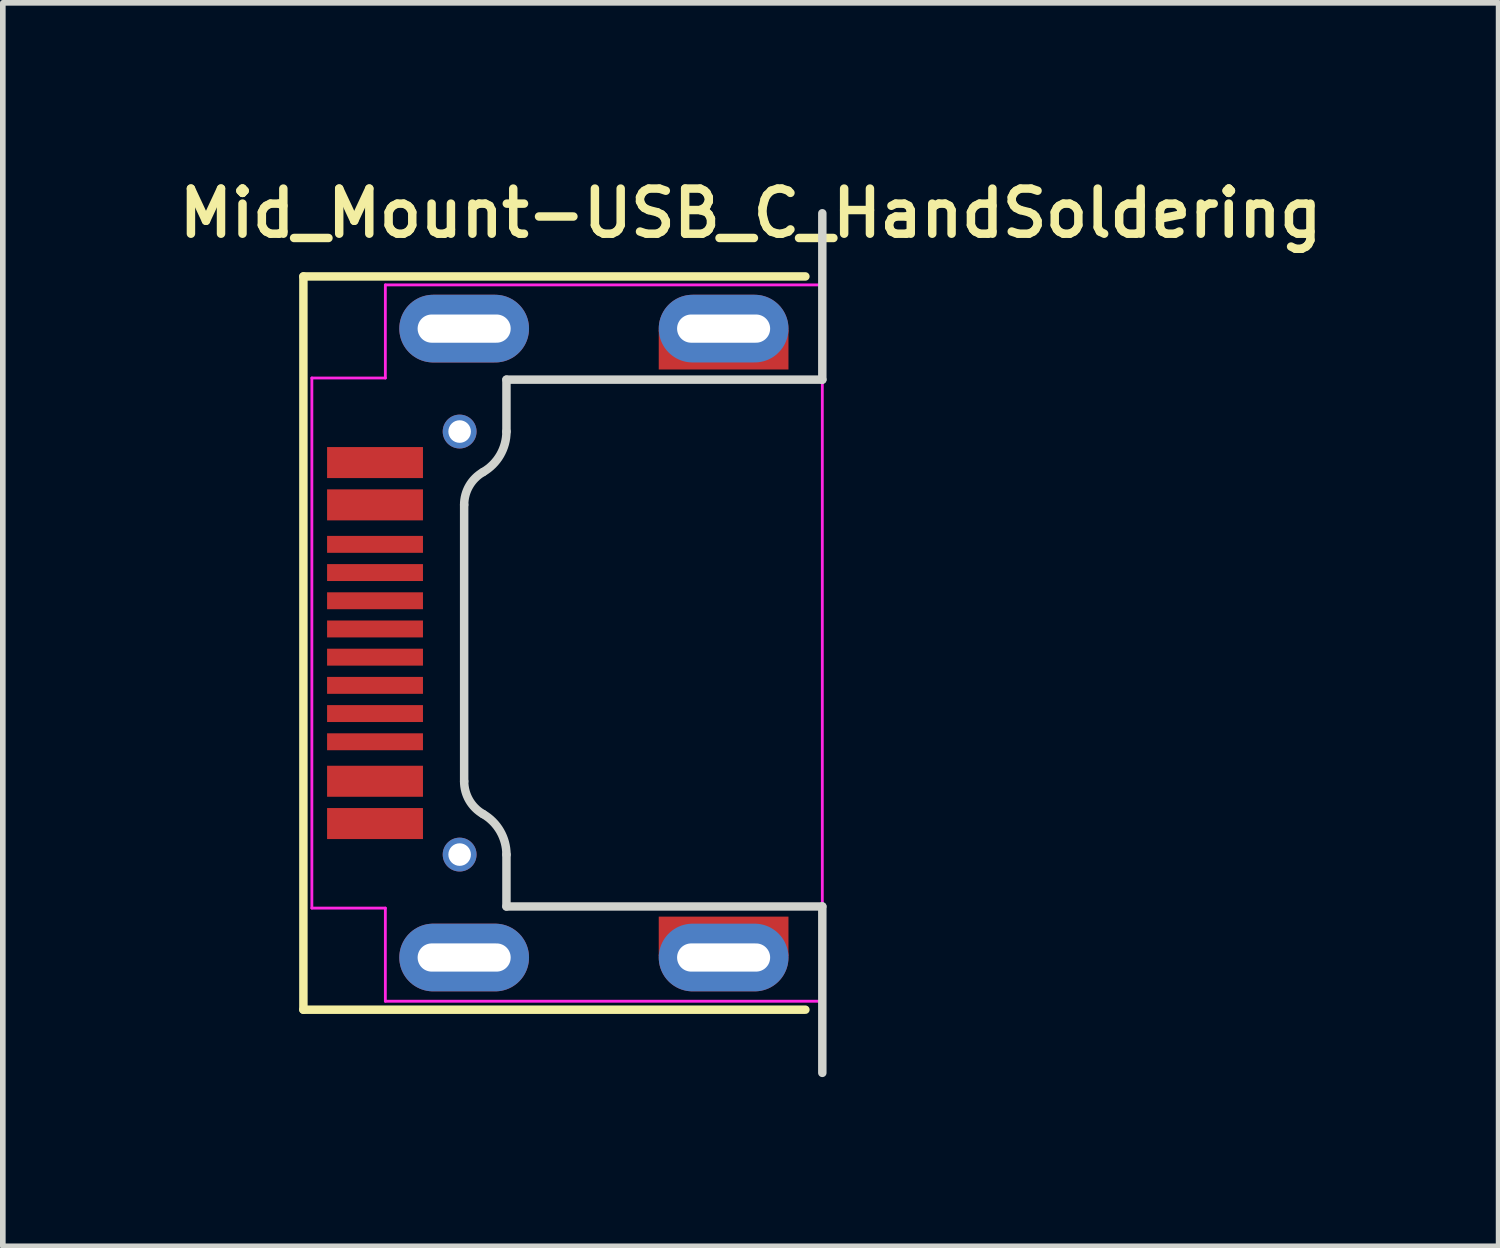
<source format=kicad_pcb>
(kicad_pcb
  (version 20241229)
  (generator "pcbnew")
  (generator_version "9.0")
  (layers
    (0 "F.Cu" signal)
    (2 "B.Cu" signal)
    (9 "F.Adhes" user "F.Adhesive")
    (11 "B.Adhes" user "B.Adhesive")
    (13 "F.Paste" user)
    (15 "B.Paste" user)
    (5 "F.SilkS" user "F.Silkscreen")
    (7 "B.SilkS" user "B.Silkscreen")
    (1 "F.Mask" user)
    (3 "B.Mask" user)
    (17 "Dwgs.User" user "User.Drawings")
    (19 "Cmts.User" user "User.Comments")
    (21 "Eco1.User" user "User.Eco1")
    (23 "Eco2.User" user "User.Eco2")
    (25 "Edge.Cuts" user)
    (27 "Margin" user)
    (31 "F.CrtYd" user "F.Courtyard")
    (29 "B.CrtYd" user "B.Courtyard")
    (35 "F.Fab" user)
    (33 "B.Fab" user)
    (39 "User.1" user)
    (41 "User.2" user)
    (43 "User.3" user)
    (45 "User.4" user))
  (footprint "Mid_Mount-USB_C_HandSoldering"
    (layer "F.Cu")
    (at 11.529 8.351)
    (property "Reference" "Mid_Mount-USB_C_HandSoldering" (at -1.27 -7.62 0) (layer "F.SilkS") (effects (font (size 0.8 0.8) (thickness 0.15))))
    (attr through_hole)
    (fp_line (start -9.2 -6.5) (end -9.2 6.5) (stroke (width 0.15) (type solid)) (layer "F.SilkS"))
    (fp_line (start -9.2 6.5) (end -0.3 6.5) (stroke (width 0.15) (type solid)) (layer "F.SilkS"))
    (fp_line (start -0.3 -6.5) (end -9.2 -6.5) (stroke (width 0.15) (type solid)) (layer "F.SilkS"))
    (fp_line (start -6.35 2.451) (end -6.35 -2.451) (stroke (width 0.15) (type solid)) (layer "Edge.Cuts"))
    (fp_line (start -5.6 -4.67) (end -5.6 -3.75) (stroke (width 0.15) (type solid)) (layer "Edge.Cuts"))
    (fp_line (start -5.6 -4.67) (end 0 -4.67) (stroke (width 0.15) (type solid)) (layer "Edge.Cuts"))
    (fp_line (start -5.6 4.67) (end -5.6 3.75) (stroke (width 0.15) (type solid)) (layer "Edge.Cuts"))
    (fp_line (start 0 -4.67) (end 0 -7.62) (stroke (width 0.15) (type solid)) (layer "Edge.Cuts"))
    (fp_line (start 0 4.67) (end -5.6 4.67) (stroke (width 0.15) (type solid)) (layer "Edge.Cuts"))
    (fp_line (start 0 7.62) (end 0 4.67) (stroke (width 0.15) (type solid)) (layer "Edge.Cuts"))
    (fp_arc (start -6.35 -2.450962) (mid -6.260237 -2.785962) (end -6.015 -3.031199) (stroke (width 0.15) (type solid)) (layer "Edge.Cuts"))
    (fp_arc (start -6.015 3.031199) (mid -6.260237 2.785962) (end -6.35 2.450962) (stroke (width 0.15) (type solid)) (layer "Edge.Cuts"))
    (fp_arc (start -6.015 3.031199) (mid -5.711199 3.335) (end -5.6 3.75) (stroke (width 0.15) (type solid)) (layer "Edge.Cuts"))
    (fp_arc (start -5.6 -3.75) (mid -5.711199 -3.335) (end -6.015 -3.031199) (stroke (width 0.15) (type solid)) (layer "Edge.Cuts"))
    (fp_line (start -9.05 -4.7) (end -9.05 4.698) (stroke (width 0.05) (type solid)) (layer "F.CrtYd"))
    (fp_line (start -9.05 4.699) (end -7.747 4.699) (stroke (width 0.05) (type solid)) (layer "F.CrtYd"))
    (fp_line (start -7.747 -6.35) (end -7.747 -4.699) (stroke (width 0.05) (type solid)) (layer "F.CrtYd"))
    (fp_line (start -7.747 -4.699) (end -9.05 -4.699) (stroke (width 0.05) (type solid)) (layer "F.CrtYd"))
    (fp_line (start -7.747 6.35) (end -7.747 4.699) (stroke (width 0.05) (type solid)) (layer "F.CrtYd"))
    (fp_line (start 0 -6.35) (end -7.747 -6.35) (stroke (width 0.05) (type solid)) (layer "F.CrtYd"))
    (fp_line (start 0 6.35) (end -7.747 6.35) (stroke (width 0.05) (type solid)) (layer "F.CrtYd"))
    (fp_line (start 0 6.35) (end 0 -6.35) (stroke (width 0.05) (type solid)) (layer "F.CrtYd"))
    (pad "" np_thru_hole circle (at -6.43 -3.75 90) (size 0.6 0.6) (drill 0.4) (layers "*.Cu" "*.Mask"))
    (pad "" np_thru_hole circle (at -6.43 3.75 90) (size 0.6 0.6) (drill 0.4) (layers "*.Cu" "*.Mask"))
    (pad "A1B12" smd rect (at -7.93 3.2 90) (size 0.55 1.7) (layers "F.Cu" "F.Mask" "F.Paste"))
    (pad "A4B9" smd rect (at -7.93 2.45 90) (size 0.55 1.7) (layers "F.Cu" "F.Mask" "F.Paste"))
    (pad "A5" smd rect (at -7.93 1.25 90) (size 0.3 1.7) (layers "F.Cu" "F.Mask" "F.Paste"))
    (pad "A6" smd rect (at -7.93 0.25 90) (size 0.3 1.7) (layers "F.Cu" "F.Mask" "F.Paste"))
    (pad "A7" smd rect (at -7.93 -0.25 90) (size 0.3 1.7) (layers "F.Cu" "F.Mask" "F.Paste"))
    (pad "A8" smd rect (at -7.93 -1.25 90) (size 0.3 1.7) (layers "F.Cu" "F.Mask" "F.Paste"))
    (pad "B1A12" smd rect (at -7.93 -3.2 90) (size 0.55 1.7) (layers "F.Cu" "F.Mask" "F.Paste"))
    (pad "B4A9" smd rect (at -7.93 -2.45 90) (size 0.55 1.7) (layers "F.Cu" "F.Mask" "F.Paste"))
    (pad "B5" smd rect (at -7.93 -1.75 90) (size 0.3 1.7) (layers "F.Cu" "F.Mask" "F.Paste"))
    (pad "B6" smd rect (at -7.93 -0.75 90) (size 0.3 1.7) (layers "F.Cu" "F.Mask" "F.Paste"))
    (pad "B7" smd rect (at -7.93 0.75 90) (size 0.3 1.7) (layers "F.Cu" "F.Mask" "F.Paste"))
    (pad "B8" smd rect (at -7.93 1.75 90) (size 0.3 1.7) (layers "F.Cu" "F.Mask" "F.Paste"))
    (pad "S1" thru_hole oval (at -6.35 -5.575 90) (size 1.2 2.3) (drill oval 0.5 1.65) (layers "*.Cu" "*.Mask"))
    (pad "S1" thru_hole oval (at -6.35 5.575 90) (size 1.2 2.3) (drill oval 0.5 1.65) (layers "*.Cu" "*.Mask"))
    (pad "S1" thru_hole oval (at -1.75 -5.575 90) (size 1.2 2.3) (drill oval 0.5 1.65) (layers "*.Cu" "*.Mask"))
    (pad "S1" smd rect (at -1.75 -5.2 90) (size 0.7 2.3) (layers "F.Cu" "F.Mask"))
    (pad "S1" smd rect (at -1.75 5.2 90) (size 0.7 2.3) (layers "F.Cu" "F.Mask"))
    (pad "S1" thru_hole oval (at -1.75 5.575 90) (size 1.2 2.3) (drill oval 0.5 1.65) (layers "*.Cu" "*.Mask")))
  (gr_rect
    (start -3 -3)
    (end 23.519 19.046)
    (stroke (width 0.1) (type default))
    (fill no)
    (layer "Edge.Cuts")))
</source>
